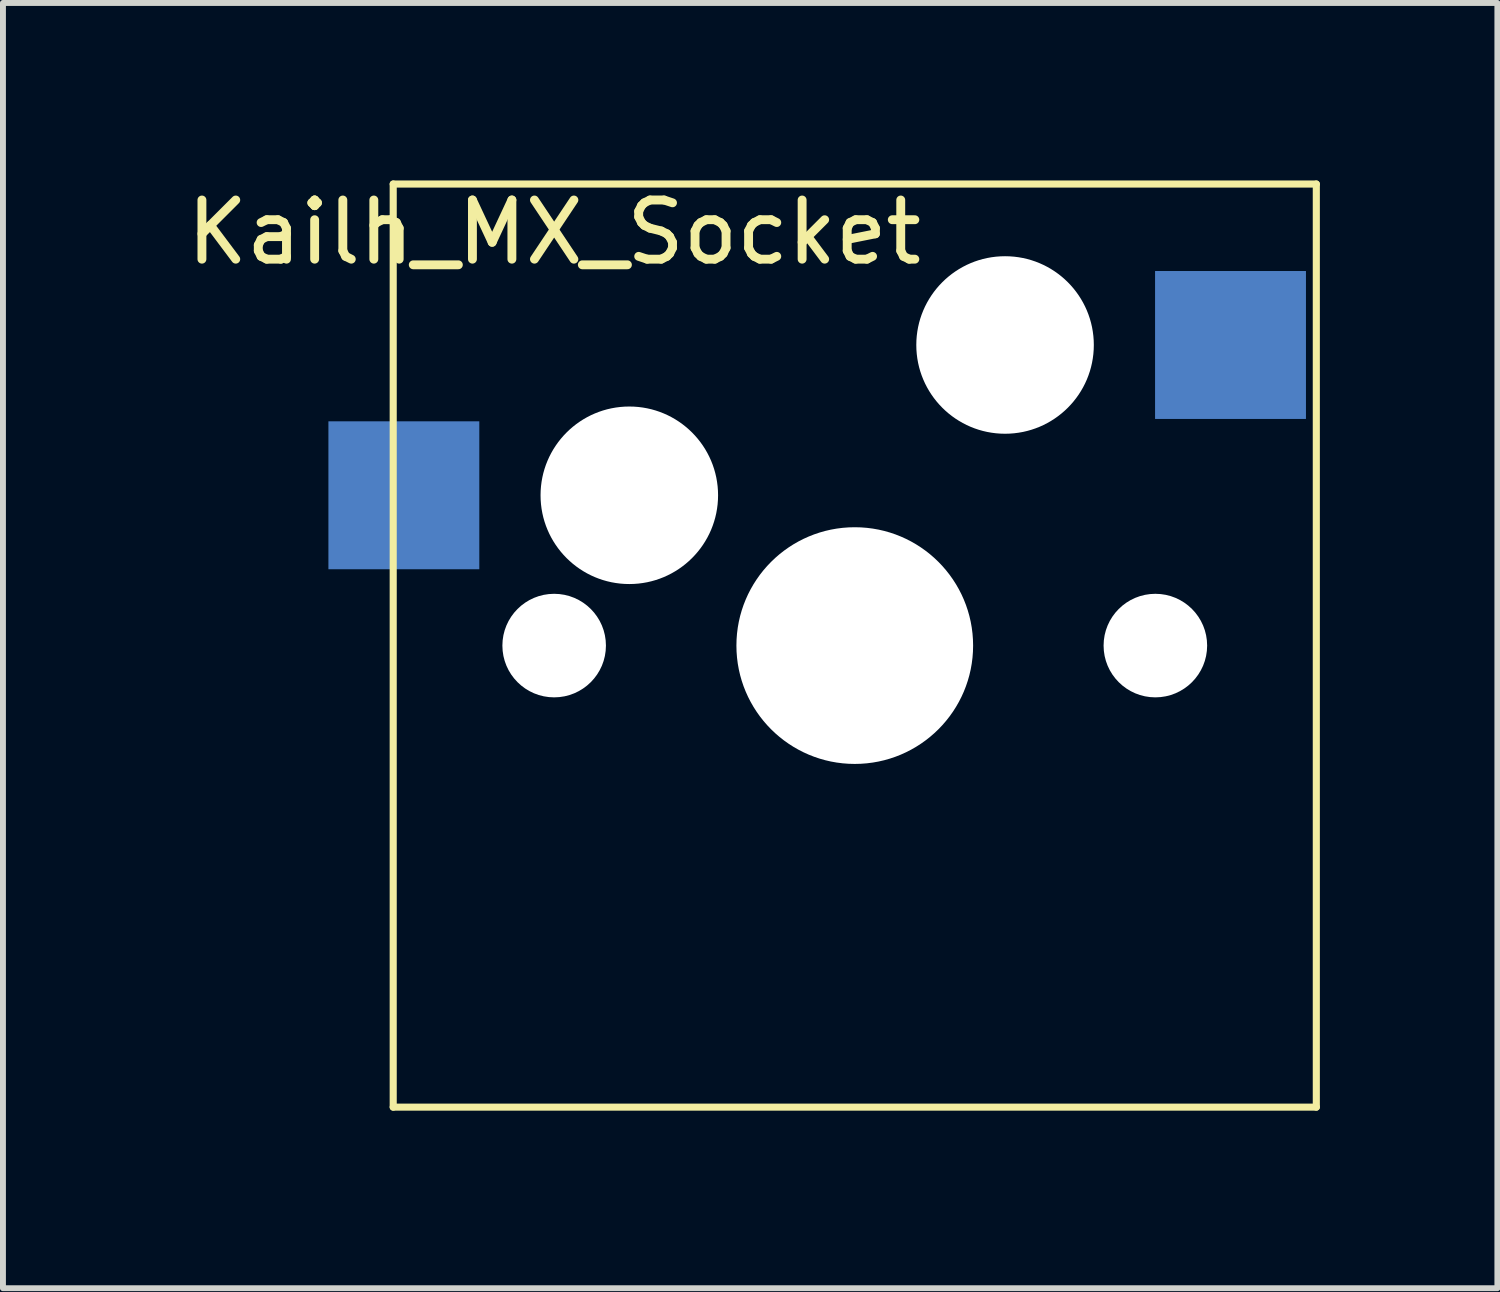
<source format=kicad_pcb>
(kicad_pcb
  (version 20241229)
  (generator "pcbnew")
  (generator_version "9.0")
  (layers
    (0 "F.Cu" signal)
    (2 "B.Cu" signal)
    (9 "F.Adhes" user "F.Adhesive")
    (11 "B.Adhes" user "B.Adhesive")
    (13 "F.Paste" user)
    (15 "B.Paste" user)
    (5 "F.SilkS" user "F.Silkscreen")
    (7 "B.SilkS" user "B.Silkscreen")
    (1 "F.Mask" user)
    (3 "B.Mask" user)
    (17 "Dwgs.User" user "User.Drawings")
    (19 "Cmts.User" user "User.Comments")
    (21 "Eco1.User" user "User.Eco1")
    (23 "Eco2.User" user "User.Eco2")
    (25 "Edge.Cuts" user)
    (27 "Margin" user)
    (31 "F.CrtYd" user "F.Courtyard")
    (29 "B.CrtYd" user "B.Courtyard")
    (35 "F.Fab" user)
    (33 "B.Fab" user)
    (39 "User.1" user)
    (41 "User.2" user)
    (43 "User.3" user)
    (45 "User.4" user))
  (footprint "Kailh_MX_Socket"
    (layer "F.Cu")
    (at 11.395 7.86)
    (property "Reference" "Kailh_MX_Socket" (at -5.08 -6.985 0) (layer "F.SilkS") (effects (font (size 1 1) (thickness 0.15))))
    (attr through_hole)
    (fp_line (start -7.8 -7.8) (end 7.8 -7.8) (stroke (width 0.12) (type solid)) (layer "F.SilkS"))
    (fp_line (start -7.8 7.8) (end -7.8 -7.8) (stroke (width 0.12) (type solid)) (layer "F.SilkS"))
    (fp_line (start 7.8 -7.8) (end 7.8 7.8) (stroke (width 0.12) (type solid)) (layer "F.SilkS"))
    (fp_line (start 7.8 7.8) (end -7.8 7.8) (stroke (width 0.12) (type solid)) (layer "F.SilkS"))
    (pad "" np_thru_hole circle (at -5.08 0) (size 1.75 1.75) (drill 1.75) (layers "*.Cu" "*.Mask"))
    (pad "" np_thru_hole circle (at -3.81 -2.54) (size 3 3) (drill 3) (layers "*.Cu" "*.Mask"))
    (pad "" np_thru_hole circle (at 0 0) (size 4 4) (drill 4) (layers "*.Cu" "*.Mask"))
    (pad "" np_thru_hole circle (at 2.54 -5.08) (size 3 3) (drill 3) (layers "*.Cu" "*.Mask"))
    (pad "" np_thru_hole circle (at 5.08 0) (size 1.75 1.75) (drill 1.75) (layers "*.Cu" "*.Mask"))
    (pad "1" smd rect (at 6.35 -5.08) (size 2.55 2.5) (layers "B.Cu" "B.Mask" "B.Paste"))
    (pad "2" smd rect (at -7.62 -2.54) (size 2.55 2.5) (layers "B.Cu" "B.Mask" "B.Paste")))
  (gr_rect
    (start -3 -3)
    (end 22.255 18.72)
    (stroke (width 0.1) (type default))
    (fill no)
    (layer "Edge.Cuts")))
</source>
